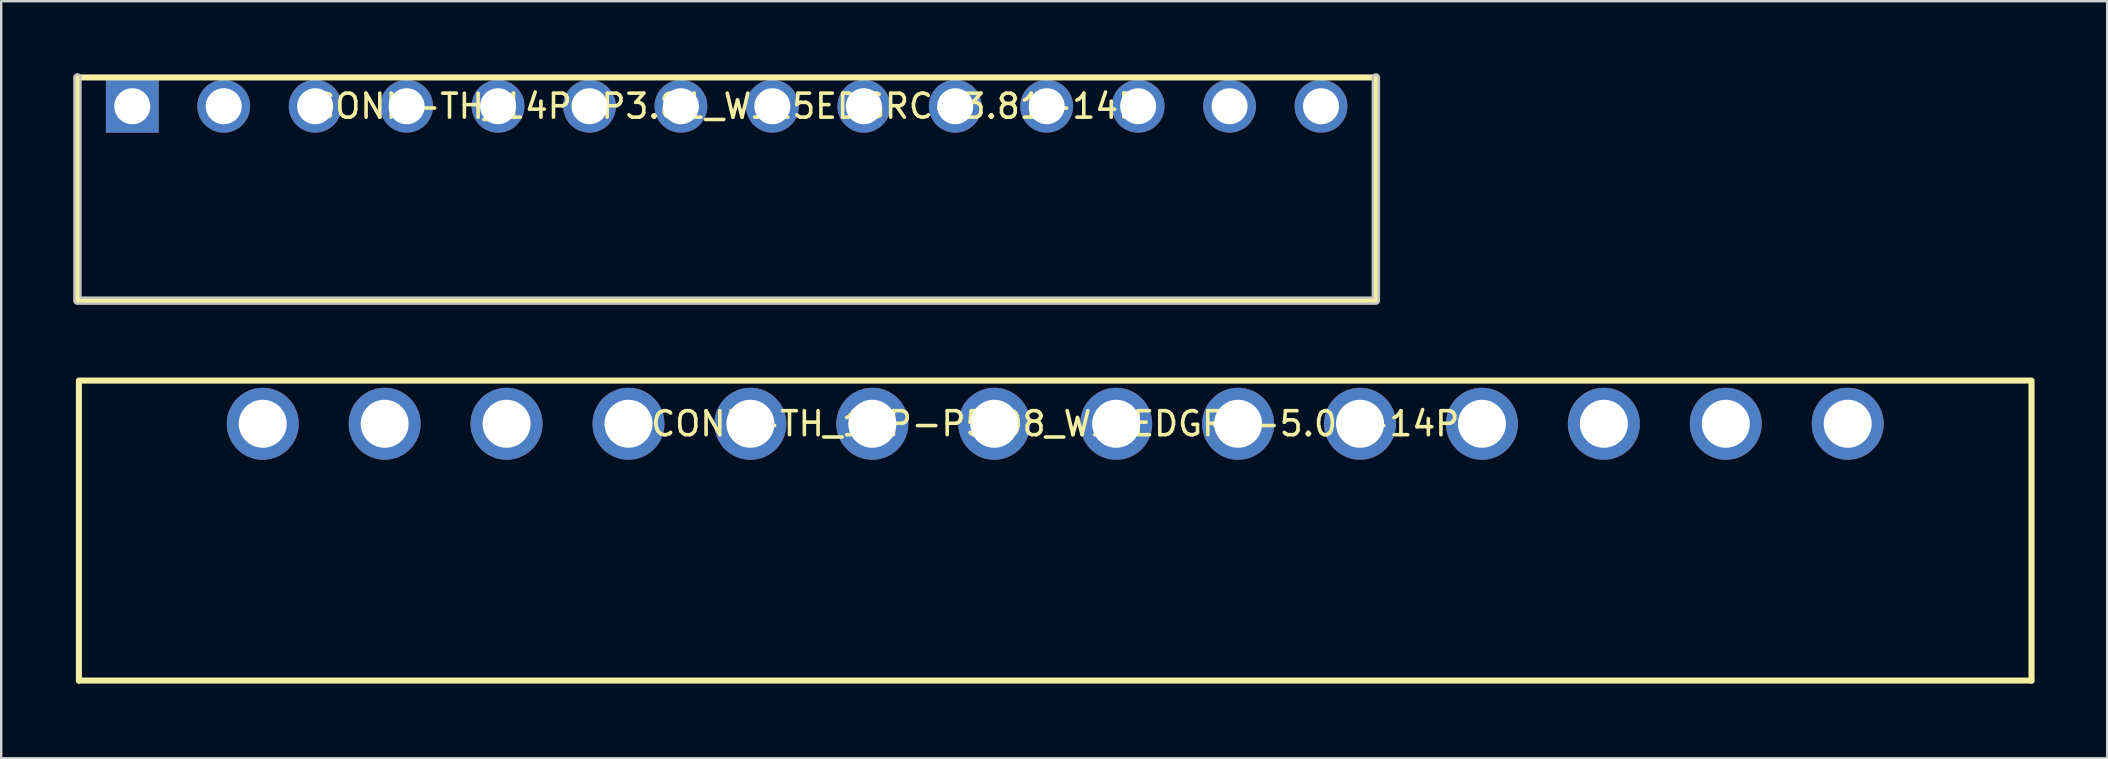
<source format=kicad_pcb>
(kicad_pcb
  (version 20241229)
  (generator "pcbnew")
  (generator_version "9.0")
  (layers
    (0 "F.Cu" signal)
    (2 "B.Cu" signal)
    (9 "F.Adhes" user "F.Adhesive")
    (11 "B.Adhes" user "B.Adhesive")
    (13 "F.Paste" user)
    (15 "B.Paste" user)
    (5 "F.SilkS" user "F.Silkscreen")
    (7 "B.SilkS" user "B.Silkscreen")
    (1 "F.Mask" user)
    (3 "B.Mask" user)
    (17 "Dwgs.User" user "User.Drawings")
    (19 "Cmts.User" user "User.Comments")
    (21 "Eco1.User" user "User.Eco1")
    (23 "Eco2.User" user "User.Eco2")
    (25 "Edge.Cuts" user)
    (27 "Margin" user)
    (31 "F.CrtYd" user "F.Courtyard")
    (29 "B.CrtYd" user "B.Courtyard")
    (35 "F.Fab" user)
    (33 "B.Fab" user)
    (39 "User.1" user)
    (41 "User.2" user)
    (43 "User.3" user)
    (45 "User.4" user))
  (footprint "CONN-TH_14P-P3.81_WJ15EDGRC-3.81-14P"
    (layer "F.Cu")
    (at 27.227 1.377)
    (property "Reference" "CONN-TH_14P-P3.81_WJ15EDGRC-3.81-14P" (at 0 0 0) (unlocked yes) (layer "F.SilkS") (effects (font (size 1 1) (thickness 0.15))))
    (fp_rect (start -27.05 -1.2) (end 27.05 8.1) (stroke (width 0.254) (type default)) (fill no) (layer "F.SilkS"))
    (fp_poly (pts (arc (start -27.177 -1.2) (mid -27.05 -1.327) (end -26.923 -1.2)) (xy -26.923 7.973) (xy 26.923 7.973) (arc (start 26.923 -1.2) (mid 27.05 -1.327) (end 27.177 -1.2)) (arc (start 27.177 8.1) (mid 27.139803 8.189803) (end 27.05 8.227)) (arc (start -27.05 8.227) (mid -27.139803 8.189803) (end -27.177 8.1))) (stroke (width 0.1) (type default)) (fill no) (layer "Dwgs.User"))
    (fp_poly (pts (xy -25.165 -0.4) (xy -24.365 -0.4) (xy -24.365 0.4) (xy -25.165 0.4)) (stroke (width 0.1) (type default)) (fill no) (layer "User.1"))
    (fp_poly (pts (xy -21.355 -0.4) (xy -20.555 -0.4) (xy -20.555 0.4) (xy -21.355 0.4)) (stroke (width 0.1) (type default)) (fill no) (layer "User.1"))
    (fp_poly (pts (xy -17.545 -0.4) (xy -16.745 -0.4) (xy -16.745 0.4) (xy -17.545 0.4)) (stroke (width 0.1) (type default)) (fill no) (layer "User.1"))
    (fp_poly (pts (xy -13.735 -0.4) (xy -12.935 -0.4) (xy -12.935 0.4) (xy -13.735 0.4)) (stroke (width 0.1) (type default)) (fill no) (layer "User.1"))
    (fp_poly (pts (xy -9.925 -0.4) (xy -9.125 -0.4) (xy -9.125 0.4) (xy -9.925 0.4)) (stroke (width 0.1) (type default)) (fill no) (layer "User.1"))
    (fp_poly (pts (xy -6.115 -0.4) (xy -5.315 -0.4) (xy -5.315 0.4) (xy -6.115 0.4)) (stroke (width 0.1) (type default)) (fill no) (layer "User.1"))
    (fp_poly (pts (xy -2.305 -0.4) (xy -1.505 -0.4) (xy -1.505 0.4) (xy -2.305 0.4)) (stroke (width 0.1) (type default)) (fill no) (layer "User.1"))
    (fp_poly (pts (xy 1.505 -0.4) (xy 2.305 -0.4) (xy 2.305 0.4) (xy 1.505 0.4)) (stroke (width 0.1) (type default)) (fill no) (layer "User.1"))
    (fp_poly (pts (xy 5.315 -0.4) (xy 6.115 -0.4) (xy 6.115 0.4) (xy 5.315 0.4)) (stroke (width 0.1) (type default)) (fill no) (layer "User.1"))
    (fp_poly (pts (xy 9.125 -0.4) (xy 9.925 -0.4) (xy 9.925 0.4) (xy 9.125 0.4)) (stroke (width 0.1) (type default)) (fill no) (layer "User.1"))
    (fp_poly (pts (xy 12.935 -0.4) (xy 13.735 -0.4) (xy 13.735 0.4) (xy 12.935 0.4)) (stroke (width 0.1) (type default)) (fill no) (layer "User.1"))
    (fp_poly (pts (xy 16.745 -0.4) (xy 17.545 -0.4) (xy 17.545 0.4) (xy 16.745 0.4)) (stroke (width 0.1) (type default)) (fill no) (layer "User.1"))
    (fp_poly (pts (xy 20.555 -0.4) (xy 21.355 -0.4) (xy 21.355 0.4) (xy 20.555 0.4)) (stroke (width 0.1) (type default)) (fill no) (layer "User.1"))
    (fp_poly (pts (xy 24.365 -0.4) (xy 25.165 -0.4) (xy 25.165 0.4) (xy 24.365 0.4)) (stroke (width 0.1) (type default)) (fill no) (layer "User.1"))
    (fp_line (start -27.07 -1.2) (end 27.07 -1.2) (stroke (width 0.051) (type default)) (layer "User.2"))
    (fp_line (start -27.07 8.1) (end -27.07 -1.2) (stroke (width 0.051) (type default)) (layer "User.2"))
    (fp_line (start 27.07 -1.2) (end 27.07 8.1) (stroke (width 0.051) (type default)) (layer "User.2"))
    (fp_line (start 27.07 8.1) (end -27.07 8.1) (stroke (width 0.051) (type default)) (layer "User.2"))
    (fp_poly (pts (xy -27.01 8.1) (xy -27.028 8.058) (xy -27.07 8.04) (xy -27.112 8.058) (xy -27.13 8.1) (xy -27.112 8.142) (xy -27.07 8.16) (xy -27.028 8.142)) (stroke (width 0.1) (type default)) (fill no) (layer "User.3"))
    (pad "1" thru_hole rect (at -24.765 0) (size 2.2 2.2) (drill 1.5) (layers "*.Cu" "*.Mask"))
    (pad "2" thru_hole circle (at -20.955 0) (size 2.2 2.2) (drill 1.5) (layers "*.Cu" "*.Mask"))
    (pad "3" thru_hole circle (at -17.145 0) (size 2.2 2.2) (drill 1.5) (layers "*.Cu" "*.Mask"))
    (pad "4" thru_hole circle (at -13.335 0) (size 2.2 2.2) (drill 1.5) (layers "*.Cu" "*.Mask"))
    (pad "5" thru_hole circle (at -9.525 0) (size 2.2 2.2) (drill 1.5) (layers "*.Cu" "*.Mask"))
    (pad "6" thru_hole circle (at -5.715 0) (size 2.2 2.2) (drill 1.5) (layers "*.Cu" "*.Mask"))
    (pad "7" thru_hole circle (at -1.905 0) (size 2.2 2.2) (drill 1.5) (layers "*.Cu" "*.Mask"))
    (pad "8" thru_hole circle (at 1.905 0) (size 2.2 2.2) (drill 1.5) (layers "*.Cu" "*.Mask"))
    (pad "9" thru_hole circle (at 5.715 0) (size 2.2 2.2) (drill 1.5) (layers "*.Cu" "*.Mask"))
    (pad "10" thru_hole circle (at 9.525 0) (size 2.2 2.2) (drill 1.5) (layers "*.Cu" "*.Mask"))
    (pad "11" thru_hole circle (at 13.335 0) (size 2.2 2.2) (drill 1.5) (layers "*.Cu" "*.Mask"))
    (pad "12" thru_hole circle (at 17.145 0) (size 2.2 2.2) (drill 1.5) (layers "*.Cu" "*.Mask"))
    (pad "13" thru_hole circle (at 20.955 0) (size 2.2 2.2) (drill 1.5) (layers "*.Cu" "*.Mask"))
    (pad "14" thru_hole circle (at 24.765 0) (size 2.2 2.2) (drill 1.5) (layers "*.Cu" "*.Mask")))
  (footprint "CONN-TH_14P-P5.08_WJ2EDGRC-5.08-14P"
    (layer "F.Cu")
    (at 40.917 14.607)
    (property "Reference" "CONN-TH_14P-P5.08_WJ2EDGRC-5.08-14P" (at 0 0 0) (unlocked yes) (layer "F.SilkS") (effects (font (size 1 1) (thickness 0.15))))
    (fp_line (start -40.68 10.7) (end -40.68 -1.7) (stroke (width 0.254) (type default)) (layer "F.SilkS"))
    (fp_line (start -40.68 10.7) (end 40.68 10.7) (stroke (width 0.254) (type default)) (layer "F.SilkS"))
    (fp_line (start 40.68 -1.8) (end -40.68 -1.8) (stroke (width 0.254) (type default)) (layer "F.SilkS"))
    (fp_line (start 40.68 -1.7) (end 40.68 10.7) (stroke (width 0.254) (type default)) (layer "F.SilkS"))
    (fp_poly (pts (xy -32.12 0) (xy -32.14 -0.187) (xy -32.198 -0.366) (xy -32.292 -0.529) (xy -32.418 -0.669) (xy -32.57 -0.779) (xy -32.742 -0.856) (xy -32.926 -0.895) (xy -33.114 -0.895) (xy -33.298 -0.856) (xy -33.47 -0.779) (xy -33.622 -0.669) (xy -33.748 -0.529) (xy -33.842 -0.366) (xy -33.9 -0.187) (xy -33.92 0) (xy -33.9 0.187) (xy -33.842 0.366) (xy -33.748 0.529) (xy -33.622 0.669) (xy -33.47 0.779) (xy -33.298 0.856) (xy -33.114 0.895) (xy -32.926 0.895) (xy -32.742 0.856) (xy -32.57 0.779) (xy -32.418 0.669) (xy -32.292 0.529) (xy -32.198 0.366) (xy -32.14 0.187)) (stroke (width 0.1) (type default)) (fill no) (layer "User.1"))
    (fp_poly (pts (xy -27.04 0) (xy -27.06 -0.187) (xy -27.118 -0.366) (xy -27.212 -0.529) (xy -27.338 -0.669) (xy -27.49 -0.779) (xy -27.662 -0.856) (xy -27.846 -0.895) (xy -28.034 -0.895) (xy -28.218 -0.856) (xy -28.39 -0.779) (xy -28.542 -0.669) (xy -28.668 -0.529) (xy -28.762 -0.366) (xy -28.82 -0.187) (xy -28.84 0) (xy -28.82 0.187) (xy -28.762 0.366) (xy -28.668 0.529) (xy -28.542 0.669) (xy -28.39 0.779) (xy -28.218 0.856) (xy -28.034 0.895) (xy -27.846 0.895) (xy -27.662 0.856) (xy -27.49 0.779) (xy -27.338 0.669) (xy -27.212 0.529) (xy -27.118 0.366) (xy -27.06 0.187)) (stroke (width 0.1) (type default)) (fill no) (layer "User.1"))
    (fp_poly (pts (xy -21.96 0) (xy -21.98 -0.187) (xy -22.038 -0.366) (xy -22.132 -0.529) (xy -22.258 -0.669) (xy -22.41 -0.779) (xy -22.582 -0.856) (xy -22.766 -0.895) (xy -22.954 -0.895) (xy -23.138 -0.856) (xy -23.31 -0.779) (xy -23.462 -0.669) (xy -23.588 -0.529) (xy -23.682 -0.366) (xy -23.74 -0.187) (xy -23.76 0) (xy -23.74 0.187) (xy -23.682 0.366) (xy -23.588 0.529) (xy -23.462 0.669) (xy -23.31 0.779) (xy -23.138 0.856) (xy -22.954 0.895) (xy -22.766 0.895) (xy -22.582 0.856) (xy -22.41 0.779) (xy -22.258 0.669) (xy -22.132 0.529) (xy -22.038 0.366) (xy -21.98 0.187)) (stroke (width 0.1) (type default)) (fill no) (layer "User.1"))
    (fp_poly (pts (xy -16.88 0) (xy -16.9 -0.187) (xy -16.958 -0.366) (xy -17.052 -0.529) (xy -17.178 -0.669) (xy -17.33 -0.779) (xy -17.502 -0.856) (xy -17.686 -0.895) (xy -17.874 -0.895) (xy -18.058 -0.856) (xy -18.23 -0.779) (xy -18.382 -0.669) (xy -18.508 -0.529) (xy -18.602 -0.366) (xy -18.66 -0.187) (xy -18.68 0) (xy -18.66 0.187) (xy -18.602 0.366) (xy -18.508 0.529) (xy -18.382 0.669) (xy -18.23 0.779) (xy -18.058 0.856) (xy -17.874 0.895) (xy -17.686 0.895) (xy -17.502 0.856) (xy -17.33 0.779) (xy -17.178 0.669) (xy -17.052 0.529) (xy -16.958 0.366) (xy -16.9 0.187)) (stroke (width 0.1) (type default)) (fill no) (layer "User.1"))
    (fp_poly (pts (xy -11.8 0) (xy -11.82 -0.187) (xy -11.878 -0.366) (xy -11.972 -0.529) (xy -12.098 -0.669) (xy -12.25 -0.779) (xy -12.422 -0.856) (xy -12.606 -0.895) (xy -12.794 -0.895) (xy -12.978 -0.856) (xy -13.15 -0.779) (xy -13.302 -0.669) (xy -13.428 -0.529) (xy -13.522 -0.366) (xy -13.58 -0.187) (xy -13.6 0) (xy -13.58 0.187) (xy -13.522 0.366) (xy -13.428 0.529) (xy -13.302 0.669) (xy -13.15 0.779) (xy -12.978 0.856) (xy -12.794 0.895) (xy -12.606 0.895) (xy -12.422 0.856) (xy -12.25 0.779) (xy -12.098 0.669) (xy -11.972 0.529) (xy -11.878 0.366) (xy -11.82 0.187)) (stroke (width 0.1) (type default)) (fill no) (layer "User.1"))
    (fp_poly (pts (xy -6.72 0) (xy -6.74 -0.187) (xy -6.798 -0.366) (xy -6.892 -0.529) (xy -7.018 -0.669) (xy -7.17 -0.779) (xy -7.342 -0.856) (xy -7.526 -0.895) (xy -7.714 -0.895) (xy -7.898 -0.856) (xy -8.07 -0.779) (xy -8.222 -0.669) (xy -8.348 -0.529) (xy -8.442 -0.366) (xy -8.5 -0.187) (xy -8.52 0) (xy -8.5 0.187) (xy -8.442 0.366) (xy -8.348 0.529) (xy -8.222 0.669) (xy -8.07 0.779) (xy -7.898 0.856) (xy -7.714 0.895) (xy -7.526 0.895) (xy -7.342 0.856) (xy -7.17 0.779) (xy -7.018 0.669) (xy -6.892 0.529) (xy -6.798 0.366) (xy -6.74 0.187)) (stroke (width 0.1) (type default)) (fill no) (layer "User.1"))
    (fp_poly (pts (xy -1.64 0) (xy -1.66 -0.187) (xy -1.718 -0.366) (xy -1.812 -0.529) (xy -1.938 -0.669) (xy -2.09 -0.779) (xy -2.262 -0.856) (xy -2.446 -0.895) (xy -2.634 -0.895) (xy -2.818 -0.856) (xy -2.99 -0.779) (xy -3.142 -0.669) (xy -3.268 -0.529) (xy -3.362 -0.366) (xy -3.42 -0.187) (xy -3.44 0) (xy -3.42 0.187) (xy -3.362 0.366) (xy -3.268 0.529) (xy -3.142 0.669) (xy -2.99 0.779) (xy -2.818 0.856) (xy -2.634 0.895) (xy -2.446 0.895) (xy -2.262 0.856) (xy -2.09 0.779) (xy -1.938 0.669) (xy -1.812 0.529) (xy -1.718 0.366) (xy -1.66 0.187)) (stroke (width 0.1) (type default)) (fill no) (layer "User.1"))
    (fp_poly (pts (xy 3.44 0) (xy 3.42 -0.187) (xy 3.362 -0.366) (xy 3.268 -0.529) (xy 3.142 -0.669) (xy 2.99 -0.779) (xy 2.818 -0.856) (xy 2.634 -0.895) (xy 2.446 -0.895) (xy 2.262 -0.856) (xy 2.09 -0.779) (xy 1.938 -0.669) (xy 1.812 -0.529) (xy 1.718 -0.366) (xy 1.66 -0.187) (xy 1.64 0) (xy 1.66 0.187) (xy 1.718 0.366) (xy 1.812 0.529) (xy 1.938 0.669) (xy 2.09 0.779) (xy 2.262 0.856) (xy 2.446 0.895) (xy 2.634 0.895) (xy 2.818 0.856) (xy 2.99 0.779) (xy 3.142 0.669) (xy 3.268 0.529) (xy 3.362 0.366) (xy 3.42 0.187)) (stroke (width 0.1) (type default)) (fill no) (layer "User.1"))
    (fp_poly (pts (xy 8.52 0) (xy 8.5 -0.187) (xy 8.442 -0.366) (xy 8.348 -0.529) (xy 8.222 -0.669) (xy 8.07 -0.779) (xy 7.898 -0.856) (xy 7.714 -0.895) (xy 7.526 -0.895) (xy 7.342 -0.856) (xy 7.17 -0.779) (xy 7.018 -0.669) (xy 6.892 -0.529) (xy 6.798 -0.366) (xy 6.74 -0.187) (xy 6.72 0) (xy 6.74 0.187) (xy 6.798 0.366) (xy 6.892 0.529) (xy 7.018 0.669) (xy 7.17 0.779) (xy 7.342 0.856) (xy 7.526 0.895) (xy 7.714 0.895) (xy 7.898 0.856) (xy 8.07 0.779) (xy 8.222 0.669) (xy 8.348 0.529) (xy 8.442 0.366) (xy 8.5 0.187)) (stroke (width 0.1) (type default)) (fill no) (layer "User.1"))
    (fp_poly (pts (xy 13.6 0) (xy 13.58 -0.187) (xy 13.522 -0.366) (xy 13.428 -0.529) (xy 13.302 -0.669) (xy 13.15 -0.779) (xy 12.978 -0.856) (xy 12.794 -0.895) (xy 12.606 -0.895) (xy 12.422 -0.856) (xy 12.25 -0.779) (xy 12.098 -0.669) (xy 11.972 -0.529) (xy 11.878 -0.366) (xy 11.82 -0.187) (xy 11.8 0) (xy 11.82 0.187) (xy 11.878 0.366) (xy 11.972 0.529) (xy 12.098 0.669) (xy 12.25 0.779) (xy 12.422 0.856) (xy 12.606 0.895) (xy 12.794 0.895) (xy 12.978 0.856) (xy 13.15 0.779) (xy 13.302 0.669) (xy 13.428 0.529) (xy 13.522 0.366) (xy 13.58 0.187)) (stroke (width 0.1) (type default)) (fill no) (layer "User.1"))
    (fp_poly (pts (xy 18.68 0) (xy 18.66 -0.187) (xy 18.602 -0.366) (xy 18.508 -0.529) (xy 18.382 -0.669) (xy 18.23 -0.779) (xy 18.058 -0.856) (xy 17.874 -0.895) (xy 17.686 -0.895) (xy 17.502 -0.856) (xy 17.33 -0.779) (xy 17.178 -0.669) (xy 17.052 -0.529) (xy 16.958 -0.366) (xy 16.9 -0.187) (xy 16.88 0) (xy 16.9 0.187) (xy 16.958 0.366) (xy 17.052 0.529) (xy 17.178 0.669) (xy 17.33 0.779) (xy 17.502 0.856) (xy 17.686 0.895) (xy 17.874 0.895) (xy 18.058 0.856) (xy 18.23 0.779) (xy 18.382 0.669) (xy 18.508 0.529) (xy 18.602 0.366) (xy 18.66 0.187)) (stroke (width 0.1) (type default)) (fill no) (layer "User.1"))
    (fp_poly (pts (xy 23.76 0) (xy 23.74 -0.187) (xy 23.682 -0.366) (xy 23.588 -0.529) (xy 23.462 -0.669) (xy 23.31 -0.779) (xy 23.138 -0.856) (xy 22.954 -0.895) (xy 22.766 -0.895) (xy 22.582 -0.856) (xy 22.41 -0.779) (xy 22.258 -0.669) (xy 22.132 -0.529) (xy 22.038 -0.366) (xy 21.98 -0.187) (xy 21.96 0) (xy 21.98 0.187) (xy 22.038 0.366) (xy 22.132 0.529) (xy 22.258 0.669) (xy 22.41 0.779) (xy 22.582 0.856) (xy 22.766 0.895) (xy 22.954 0.895) (xy 23.138 0.856) (xy 23.31 0.779) (xy 23.462 0.669) (xy 23.588 0.529) (xy 23.682 0.366) (xy 23.74 0.187)) (stroke (width 0.1) (type default)) (fill no) (layer "User.1"))
    (fp_poly (pts (xy 28.84 0) (xy 28.82 -0.187) (xy 28.762 -0.366) (xy 28.668 -0.529) (xy 28.542 -0.669) (xy 28.39 -0.779) (xy 28.218 -0.856) (xy 28.034 -0.895) (xy 27.846 -0.895) (xy 27.662 -0.856) (xy 27.49 -0.779) (xy 27.338 -0.669) (xy 27.212 -0.529) (xy 27.118 -0.366) (xy 27.06 -0.187) (xy 27.04 0) (xy 27.06 0.187) (xy 27.118 0.366) (xy 27.212 0.529) (xy 27.338 0.669) (xy 27.49 0.779) (xy 27.662 0.856) (xy 27.846 0.895) (xy 28.034 0.895) (xy 28.218 0.856) (xy 28.39 0.779) (xy 28.542 0.669) (xy 28.668 0.529) (xy 28.762 0.366) (xy 28.82 0.187)) (stroke (width 0.1) (type default)) (fill no) (layer "User.1"))
    (fp_poly (pts (xy 33.92 0) (xy 33.9 -0.187) (xy 33.842 -0.366) (xy 33.748 -0.529) (xy 33.622 -0.669) (xy 33.47 -0.779) (xy 33.298 -0.856) (xy 33.114 -0.895) (xy 32.926 -0.895) (xy 32.742 -0.856) (xy 32.57 -0.779) (xy 32.418 -0.669) (xy 32.292 -0.529) (xy 32.198 -0.366) (xy 32.14 -0.187) (xy 32.12 0) (xy 32.14 0.187) (xy 32.198 0.366) (xy 32.292 0.529) (xy 32.418 0.669) (xy 32.57 0.779) (xy 32.742 0.856) (xy 32.926 0.895) (xy 33.114 0.895) (xy 33.298 0.856) (xy 33.47 0.779) (xy 33.622 0.669) (xy 33.748 0.529) (xy 33.842 0.366) (xy 33.9 0.187)) (stroke (width 0.1) (type default)) (fill no) (layer "User.1"))
    (fp_line (start -40.807 -1.927) (end 40.807 -1.927) (stroke (width 0.051) (type default)) (layer "User.2"))
    (fp_line (start -40.807 10.827) (end -40.807 -1.927) (stroke (width 0.051) (type default)) (layer "User.2"))
    (fp_line (start 40.807 -1.927) (end 40.807 10.827) (stroke (width 0.051) (type default)) (layer "User.2"))
    (fp_line (start 40.807 10.827) (end -40.807 10.827) (stroke (width 0.051) (type default)) (layer "User.2"))
    (fp_poly (pts (xy -40.747 10.827) (xy -40.765 10.785) (xy -40.807 10.767) (xy -40.849 10.785) (xy -40.867 10.827) (xy -40.849 10.869) (xy -40.807 10.887) (xy -40.765 10.869)) (stroke (width 0.1) (type default)) (fill no) (layer "User.3"))
    (pad "1" thru_hole circle (at -33.02 0) (size 3 3) (drill 2) (layers "*.Cu" "*.Mask"))
    (pad "2" thru_hole circle (at -27.94 0) (size 3 3) (drill 2) (layers "*.Cu" "*.Mask"))
    (pad "3" thru_hole circle (at -22.86 0) (size 3 3) (drill 2) (layers "*.Cu" "*.Mask"))
    (pad "4" thru_hole circle (at -17.78 0) (size 3 3) (drill 2) (layers "*.Cu" "*.Mask"))
    (pad "5" thru_hole circle (at -12.7 0) (size 3 3) (drill 2) (layers "*.Cu" "*.Mask"))
    (pad "6" thru_hole circle (at -7.62 0) (size 3 3) (drill 2) (layers "*.Cu" "*.Mask"))
    (pad "7" thru_hole circle (at -2.54 0) (size 3 3) (drill 2) (layers "*.Cu" "*.Mask"))
    (pad "8" thru_hole circle (at 2.54 0) (size 3 3) (drill 2) (layers "*.Cu" "*.Mask"))
    (pad "9" thru_hole circle (at 7.62 0) (size 3 3) (drill 2) (layers "*.Cu" "*.Mask"))
    (pad "10" thru_hole circle (at 12.7 0) (size 3 3) (drill 2) (layers "*.Cu" "*.Mask"))
    (pad "11" thru_hole circle (at 17.78 0) (size 3 3) (drill 2) (layers "*.Cu" "*.Mask"))
    (pad "12" thru_hole circle (at 22.86 0) (size 3 3) (drill 2) (layers "*.Cu" "*.Mask"))
    (pad "13" thru_hole circle (at 27.94 0) (size 3 3) (drill 2) (layers "*.Cu" "*.Mask"))
    (pad "14" thru_hole circle (at 33.02 0) (size 3 3) (drill 2) (layers "*.Cu" "*.Mask")))
  (gr_rect
    (start -3 -3)
    (end 84.749 28.544)
    (stroke (width 0.1) (type default))
    (fill no)
    (layer "Edge.Cuts")))
</source>
